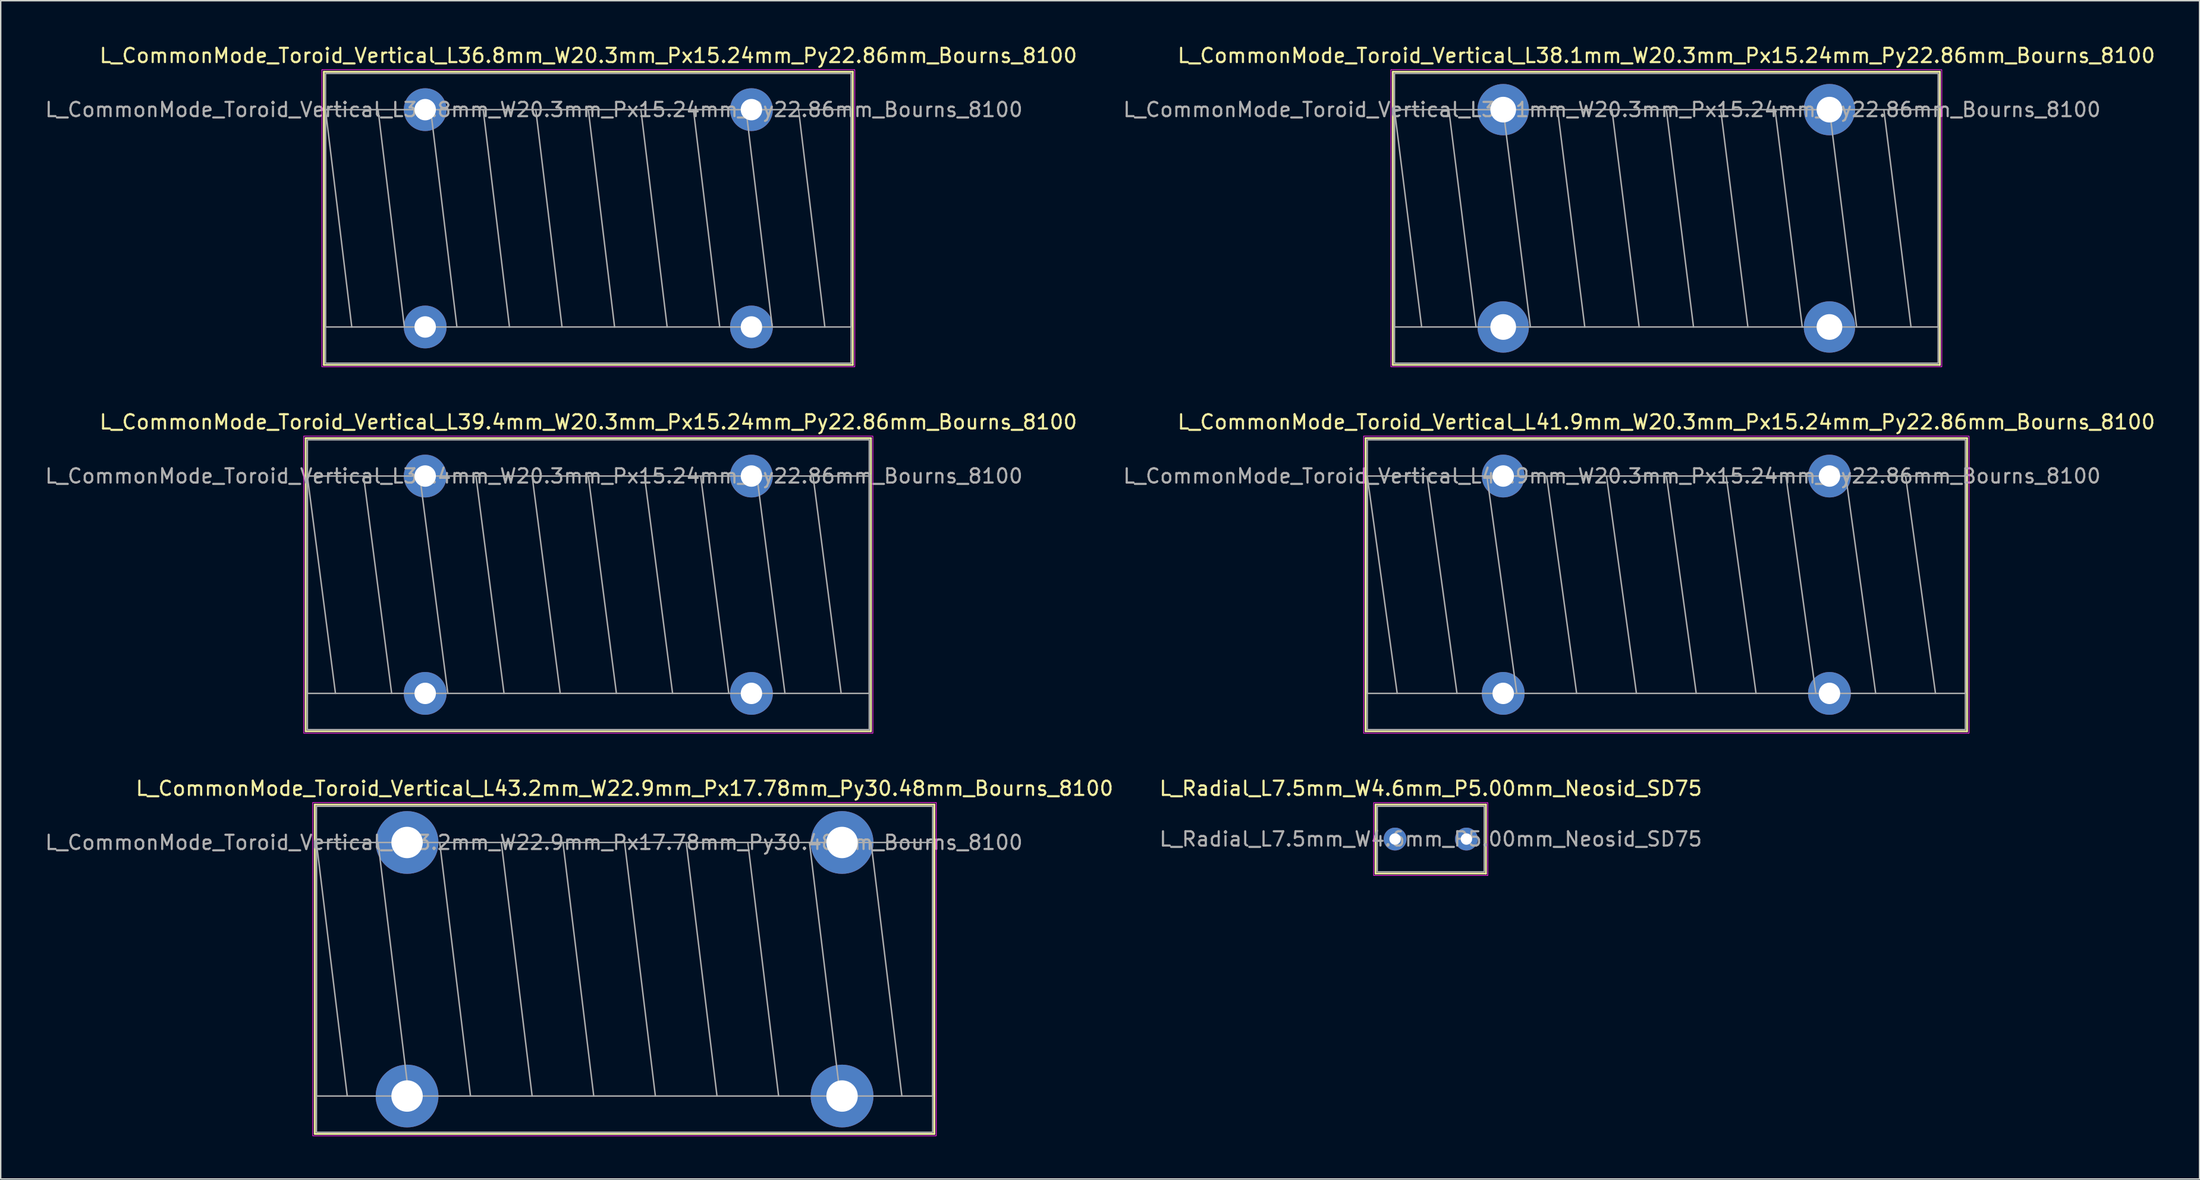
<source format=kicad_pcb>
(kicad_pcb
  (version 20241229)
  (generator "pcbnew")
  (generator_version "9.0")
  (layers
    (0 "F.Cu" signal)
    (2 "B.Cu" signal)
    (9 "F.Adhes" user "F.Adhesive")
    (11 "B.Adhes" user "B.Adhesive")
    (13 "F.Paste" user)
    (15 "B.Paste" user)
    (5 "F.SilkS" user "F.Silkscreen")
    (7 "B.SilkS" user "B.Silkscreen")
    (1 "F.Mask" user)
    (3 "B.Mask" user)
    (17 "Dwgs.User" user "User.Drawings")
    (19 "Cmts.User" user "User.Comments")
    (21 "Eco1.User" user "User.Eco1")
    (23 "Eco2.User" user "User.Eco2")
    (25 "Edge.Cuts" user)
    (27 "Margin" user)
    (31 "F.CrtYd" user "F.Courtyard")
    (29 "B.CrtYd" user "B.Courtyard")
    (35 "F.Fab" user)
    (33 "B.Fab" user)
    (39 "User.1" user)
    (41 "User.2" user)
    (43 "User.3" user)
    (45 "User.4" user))
  (footprint "L_CommonMode_Toroid_Vertical_L36.8mm_W20.3mm_Px15.24mm_Py22.86mm_Bourns_8100"
    (layer "F.Cu")
    (at 26.743 4.638)
    (property "Reference" "L_CommonMode_Toroid_Vertical_L36.8mm_W20.3mm_Px15.24mm_Py22.86mm_Bourns_8100" (at 11.43 -3.79 0) (layer "F.SilkS") (effects (font (size 1 1) (thickness 0.15))))
    (attr through_hole)
    (fp_line (start -7.105 -2.66) (end -7.105 17.9) (stroke (width 0.12) (type solid)) (layer "F.SilkS"))
    (fp_line (start -7.105 -2.66) (end 29.965 -2.66) (stroke (width 0.12) (type solid)) (layer "F.SilkS"))
    (fp_line (start -7.105 17.9) (end 29.965 17.9) (stroke (width 0.12) (type solid)) (layer "F.SilkS"))
    (fp_line (start 29.965 -2.66) (end 29.965 17.9) (stroke (width 0.12) (type solid)) (layer "F.SilkS"))
    (fp_rect (start -7.24 -2.8) (end 30.1 18.03) (stroke (width 0.05) (type solid)) (fill no) (layer "F.CrtYd"))
    (fp_line (start -6.985 0) (end -5.144 15.24) (stroke (width 0.1) (type solid)) (layer "F.Fab"))
    (fp_line (start -3.302 0) (end -1.46 15.24) (stroke (width 0.1) (type solid)) (layer "F.Fab"))
    (fp_line (start 0.381 0) (end 2.223 15.24) (stroke (width 0.1) (type solid)) (layer "F.Fab"))
    (fp_line (start 4.064 0) (end 5.905 15.24) (stroke (width 0.1) (type solid)) (layer "F.Fab"))
    (fp_line (start 7.747 0) (end 9.588 15.24) (stroke (width 0.1) (type solid)) (layer "F.Fab"))
    (fp_line (start 11.43 0) (end 13.271 15.24) (stroke (width 0.1) (type solid)) (layer "F.Fab"))
    (fp_line (start 15.113 0) (end 16.954 15.24) (stroke (width 0.1) (type solid)) (layer "F.Fab"))
    (fp_line (start 18.796 0) (end 20.637 15.24) (stroke (width 0.1) (type solid)) (layer "F.Fab"))
    (fp_line (start 22.479 0) (end 24.32 15.24) (stroke (width 0.1) (type solid)) (layer "F.Fab"))
    (fp_line (start 26.162 0) (end 28.003 15.24) (stroke (width 0.1) (type solid)) (layer "F.Fab"))
    (fp_rect (start -6.985 -2.54) (end 29.845 17.78) (stroke (width 0.1) (type solid)) (fill no) (layer "F.Fab"))
    (fp_rect (start -6.985 0) (end 29.845 15.24) (stroke (width 0.1) (type solid)) (fill no) (layer "F.Fab"))
    (fp_text user "${REFERENCE}" (at 7.62 0 0) (layer "F.Fab") (effects (font (size 1 1) (thickness 0.15))))
    (pad "1" thru_hole circle (at 0 0) (size 3 3) (drill 1.5) (layers "*.Cu" "*.Mask"))
    (pad "2" thru_hole circle (at 0 15.24) (size 3 3) (drill 1.5) (layers "*.Cu" "*.Mask"))
    (pad "3" thru_hole circle (at 22.86 15.24) (size 3 3) (drill 1.5) (layers "*.Cu" "*.Mask"))
    (pad "4" thru_hole circle (at 22.86 0) (size 3 3) (drill 1.5) (layers "*.Cu" "*.Mask")))
  (footprint "L_CommonMode_Toroid_Vertical_L43.2mm_W22.9mm_Px17.78mm_Py30.48mm_Bourns_8100"
    (layer "F.Cu")
    (at 25.473 56.025)
    (property "Reference" "L_CommonMode_Toroid_Vertical_L43.2mm_W22.9mm_Px17.78mm_Py30.48mm_Bourns_8100" (at 15.24 -3.79 0) (layer "F.SilkS") (effects (font (size 1 1) (thickness 0.15))))
    (attr through_hole)
    (fp_line (start -6.47 -2.66) (end -6.47 20.44) (stroke (width 0.12) (type solid)) (layer "F.SilkS"))
    (fp_line (start -6.47 -2.66) (end 36.95 -2.66) (stroke (width 0.12) (type solid)) (layer "F.SilkS"))
    (fp_line (start -6.47 20.44) (end 36.95 20.44) (stroke (width 0.12) (type solid)) (layer "F.SilkS"))
    (fp_line (start 36.95 -2.66) (end 36.95 20.44) (stroke (width 0.12) (type solid)) (layer "F.SilkS"))
    (fp_rect (start -6.61 -2.8) (end 37.08 20.57) (stroke (width 0.05) (type solid)) (fill no) (layer "F.CrtYd"))
    (fp_line (start -6.35 0) (end -4.191 17.78) (stroke (width 0.1) (type solid)) (layer "F.Fab"))
    (fp_line (start -2.032 0) (end 0.127 17.78) (stroke (width 0.1) (type solid)) (layer "F.Fab"))
    (fp_line (start 2.286 0) (end 4.445 17.78) (stroke (width 0.1) (type solid)) (layer "F.Fab"))
    (fp_line (start 6.604 0) (end 8.763 17.78) (stroke (width 0.1) (type solid)) (layer "F.Fab"))
    (fp_line (start 10.922 0) (end 13.081 17.78) (stroke (width 0.1) (type solid)) (layer "F.Fab"))
    (fp_line (start 15.24 0) (end 17.399 17.78) (stroke (width 0.1) (type solid)) (layer "F.Fab"))
    (fp_line (start 19.558 0) (end 21.717 17.78) (stroke (width 0.1) (type solid)) (layer "F.Fab"))
    (fp_line (start 23.876 0) (end 26.035 17.78) (stroke (width 0.1) (type solid)) (layer "F.Fab"))
    (fp_line (start 28.194 0) (end 30.353 17.78) (stroke (width 0.1) (type solid)) (layer "F.Fab"))
    (fp_line (start 32.512 0) (end 34.671 17.78) (stroke (width 0.1) (type solid)) (layer "F.Fab"))
    (fp_rect (start -6.35 -2.54) (end 36.83 20.32) (stroke (width 0.1) (type solid)) (fill no) (layer "F.Fab"))
    (fp_rect (start -6.35 0) (end 36.83 17.78) (stroke (width 0.1) (type solid)) (fill no) (layer "F.Fab"))
    (fp_text user "${REFERENCE}" (at 8.89 0 0) (layer "F.Fab") (effects (font (size 1 1) (thickness 0.15))))
    (pad "1" thru_hole circle (at 0 0) (size 4.4 4.4) (drill 2.2) (layers "*.Cu" "*.Mask"))
    (pad "2" thru_hole circle (at 0 17.78) (size 4.4 4.4) (drill 2.2) (layers "*.Cu" "*.Mask"))
    (pad "3" thru_hole circle (at 30.48 17.78) (size 4.4 4.4) (drill 2.2) (layers "*.Cu" "*.Mask"))
    (pad "4" thru_hole circle (at 30.48 0) (size 4.4 4.4) (drill 2.2) (layers "*.Cu" "*.Mask")))
  (footprint "L_CommonMode_Toroid_Vertical_L39.4mm_W20.3mm_Px15.24mm_Py22.86mm_Bourns_8100"
    (layer "F.Cu")
    (at 26.743 30.331)
    (property "Reference" "L_CommonMode_Toroid_Vertical_L39.4mm_W20.3mm_Px15.24mm_Py22.86mm_Bourns_8100" (at 11.43 -3.79 0) (layer "F.SilkS") (effects (font (size 1 1) (thickness 0.15))))
    (attr through_hole)
    (fp_line (start -8.375 -2.66) (end -8.375 17.9) (stroke (width 0.12) (type solid)) (layer "F.SilkS"))
    (fp_line (start -8.375 -2.66) (end 31.235 -2.66) (stroke (width 0.12) (type solid)) (layer "F.SilkS"))
    (fp_line (start -8.375 17.9) (end 31.235 17.9) (stroke (width 0.12) (type solid)) (layer "F.SilkS"))
    (fp_line (start 31.235 -2.66) (end 31.235 17.9) (stroke (width 0.12) (type solid)) (layer "F.SilkS"))
    (fp_rect (start -8.51 -2.8) (end 31.37 18.03) (stroke (width 0.05) (type solid)) (fill no) (layer "F.CrtYd"))
    (fp_line (start -8.255 0) (end -6.287 15.24) (stroke (width 0.1) (type solid)) (layer "F.Fab"))
    (fp_line (start -4.318 0) (end -2.349 15.24) (stroke (width 0.1) (type solid)) (layer "F.Fab"))
    (fp_line (start -0.381 0) (end 1.587 15.24) (stroke (width 0.1) (type solid)) (layer "F.Fab"))
    (fp_line (start 3.556 0) (end 5.524 15.24) (stroke (width 0.1) (type solid)) (layer "F.Fab"))
    (fp_line (start 7.493 0) (end 9.461 15.24) (stroke (width 0.1) (type solid)) (layer "F.Fab"))
    (fp_line (start 11.43 0) (end 13.399 15.24) (stroke (width 0.1) (type solid)) (layer "F.Fab"))
    (fp_line (start 15.367 0) (end 17.335 15.24) (stroke (width 0.1) (type solid)) (layer "F.Fab"))
    (fp_line (start 19.304 0) (end 21.273 15.24) (stroke (width 0.1) (type solid)) (layer "F.Fab"))
    (fp_line (start 23.241 0) (end 25.209 15.24) (stroke (width 0.1) (type solid)) (layer "F.Fab"))
    (fp_line (start 27.178 0) (end 29.146 15.24) (stroke (width 0.1) (type solid)) (layer "F.Fab"))
    (fp_rect (start -8.255 -2.54) (end 31.115 17.78) (stroke (width 0.1) (type solid)) (fill no) (layer "F.Fab"))
    (fp_rect (start -8.255 0) (end 31.115 15.24) (stroke (width 0.1) (type solid)) (fill no) (layer "F.Fab"))
    (fp_text user "${REFERENCE}" (at 7.62 0 0) (layer "F.Fab") (effects (font (size 1 1) (thickness 0.15))))
    (pad "1" thru_hole circle (at 0 0) (size 3 3) (drill 1.5) (layers "*.Cu" "*.Mask"))
    (pad "2" thru_hole circle (at 0 15.24) (size 3 3) (drill 1.5) (layers "*.Cu" "*.Mask"))
    (pad "3" thru_hole circle (at 22.86 15.24) (size 3 3) (drill 1.5) (layers "*.Cu" "*.Mask"))
    (pad "4" thru_hole circle (at 22.86 0) (size 3 3) (drill 1.5) (layers "*.Cu" "*.Mask")))
  (footprint "L_CommonMode_Toroid_Vertical_L38.1mm_W20.3mm_Px15.24mm_Py22.86mm_Bourns_8100"
    (layer "F.Cu")
    (at 102.279 4.638)
    (property "Reference" "L_CommonMode_Toroid_Vertical_L38.1mm_W20.3mm_Px15.24mm_Py22.86mm_Bourns_8100" (at 11.43 -3.79 0) (layer "F.SilkS") (effects (font (size 1 1) (thickness 0.15))))
    (attr through_hole)
    (fp_line (start -7.74 -2.66) (end -7.74 17.9) (stroke (width 0.12) (type solid)) (layer "F.SilkS"))
    (fp_line (start -7.74 -2.66) (end 30.6 -2.66) (stroke (width 0.12) (type solid)) (layer "F.SilkS"))
    (fp_line (start -7.74 17.9) (end 30.6 17.9) (stroke (width 0.12) (type solid)) (layer "F.SilkS"))
    (fp_line (start 30.6 -2.66) (end 30.6 17.9) (stroke (width 0.12) (type solid)) (layer "F.SilkS"))
    (fp_rect (start -7.87 -2.8) (end 30.73 18.03) (stroke (width 0.05) (type solid)) (fill no) (layer "F.CrtYd"))
    (fp_line (start -7.62 0) (end -5.715 15.24) (stroke (width 0.1) (type solid)) (layer "F.Fab"))
    (fp_line (start -3.81 0) (end -1.905 15.24) (stroke (width 0.1) (type solid)) (layer "F.Fab"))
    (fp_line (start 0 0) (end 1.905 15.24) (stroke (width 0.1) (type solid)) (layer "F.Fab"))
    (fp_line (start 3.81 0) (end 5.715 15.24) (stroke (width 0.1) (type solid)) (layer "F.Fab"))
    (fp_line (start 7.62 0) (end 9.525 15.24) (stroke (width 0.1) (type solid)) (layer "F.Fab"))
    (fp_line (start 11.43 0) (end 13.335 15.24) (stroke (width 0.1) (type solid)) (layer "F.Fab"))
    (fp_line (start 15.24 0) (end 17.145 15.24) (stroke (width 0.1) (type solid)) (layer "F.Fab"))
    (fp_line (start 19.05 0) (end 20.955 15.24) (stroke (width 0.1) (type solid)) (layer "F.Fab"))
    (fp_line (start 22.86 0) (end 24.765 15.24) (stroke (width 0.1) (type solid)) (layer "F.Fab"))
    (fp_line (start 26.67 0) (end 28.575 15.24) (stroke (width 0.1) (type solid)) (layer "F.Fab"))
    (fp_rect (start -7.62 -2.54) (end 30.48 17.78) (stroke (width 0.1) (type solid)) (fill no) (layer "F.Fab"))
    (fp_rect (start -7.62 0) (end 30.48 15.24) (stroke (width 0.1) (type solid)) (fill no) (layer "F.Fab"))
    (fp_text user "${REFERENCE}" (at 7.62 0 0) (layer "F.Fab") (effects (font (size 1 1) (thickness 0.15))))
    (pad "1" thru_hole circle (at 0 0) (size 3.6 3.6) (drill 1.8) (layers "*.Cu" "*.Mask"))
    (pad "2" thru_hole circle (at 0 15.24) (size 3.6 3.6) (drill 1.8) (layers "*.Cu" "*.Mask"))
    (pad "3" thru_hole circle (at 22.86 15.24) (size 3.6 3.6) (drill 1.8) (layers "*.Cu" "*.Mask"))
    (pad "4" thru_hole circle (at 22.86 0) (size 3.6 3.6) (drill 1.8) (layers "*.Cu" "*.Mask")))
  (footprint "L_Radial_L7.5mm_W4.6mm_P5.00mm_Neosid_SD75"
    (layer "F.Cu")
    (at 94.701 55.785)
    (property "Reference" "L_Radial_L7.5mm_W4.6mm_P5.00mm_Neosid_SD75" (at 2.5 -3.55 0) (layer "F.SilkS") (effects (font (size 1 1) (thickness 0.15))))
    (attr through_hole)
    (fp_line (start -1.37 -2.42) (end -1.37 2.42) (stroke (width 0.12) (type solid)) (layer "F.SilkS"))
    (fp_line (start -1.37 -2.42) (end 6.37 -2.42) (stroke (width 0.12) (type solid)) (layer "F.SilkS"))
    (fp_line (start -1.37 2.42) (end 6.37 2.42) (stroke (width 0.12) (type solid)) (layer "F.SilkS"))
    (fp_line (start 6.37 -2.42) (end 6.37 2.42) (stroke (width 0.12) (type solid)) (layer "F.SilkS"))
    (fp_rect (start -1.5 -2.55) (end 6.5 2.55) (stroke (width 0.05) (type solid)) (fill no) (layer "F.CrtYd"))
    (fp_rect (start -1.25 -2.3) (end 6.25 2.3) (stroke (width 0.1) (type solid)) (fill no) (layer "F.Fab"))
    (fp_text user "${REFERENCE}" (at 2.5 0 0) (layer "F.Fab") (effects (font (size 1 1) (thickness 0.15))))
    (pad "1" thru_hole circle (at 0 0) (size 1.6 1.6) (drill 0.8) (layers "*.Cu" "*.Mask"))
    (pad "2" thru_hole circle (at 5 0) (size 1.6 1.6) (drill 0.8) (layers "*.Cu" "*.Mask")))
  (footprint "L_CommonMode_Toroid_Vertical_L41.9mm_W20.3mm_Px15.24mm_Py22.86mm_Bourns_8100"
    (layer "F.Cu")
    (at 102.279 30.331)
    (property "Reference" "L_CommonMode_Toroid_Vertical_L41.9mm_W20.3mm_Px15.24mm_Py22.86mm_Bourns_8100" (at 11.43 -3.79 0) (layer "F.SilkS") (effects (font (size 1 1) (thickness 0.15))))
    (attr through_hole)
    (fp_line (start -9.645 -2.66) (end -9.645 17.9) (stroke (width 0.12) (type solid)) (layer "F.SilkS"))
    (fp_line (start -9.645 -2.66) (end 32.505 -2.66) (stroke (width 0.12) (type solid)) (layer "F.SilkS"))
    (fp_line (start -9.645 17.9) (end 32.505 17.9) (stroke (width 0.12) (type solid)) (layer "F.SilkS"))
    (fp_line (start 32.505 -2.66) (end 32.505 17.9) (stroke (width 0.12) (type solid)) (layer "F.SilkS"))
    (fp_rect (start -9.78 -2.8) (end 32.64 18.03) (stroke (width 0.05) (type solid)) (fill no) (layer "F.CrtYd"))
    (fp_line (start -9.525 0) (end -7.429 15.24) (stroke (width 0.1) (type solid)) (layer "F.Fab"))
    (fp_line (start -5.334 0) (end -3.239 15.24) (stroke (width 0.1) (type solid)) (layer "F.Fab"))
    (fp_line (start -1.143 0) (end 0.953 15.24) (stroke (width 0.1) (type solid)) (layer "F.Fab"))
    (fp_line (start 3.048 0) (end 5.144 15.24) (stroke (width 0.1) (type solid)) (layer "F.Fab"))
    (fp_line (start 7.239 0) (end 9.335 15.24) (stroke (width 0.1) (type solid)) (layer "F.Fab"))
    (fp_line (start 11.43 0) (end 13.525 15.24) (stroke (width 0.1) (type solid)) (layer "F.Fab"))
    (fp_line (start 15.621 0) (end 17.716 15.24) (stroke (width 0.1) (type solid)) (layer "F.Fab"))
    (fp_line (start 19.812 0) (end 21.907 15.24) (stroke (width 0.1) (type solid)) (layer "F.Fab"))
    (fp_line (start 24.003 0) (end 26.099 15.24) (stroke (width 0.1) (type solid)) (layer "F.Fab"))
    (fp_line (start 28.194 0) (end 30.29 15.24) (stroke (width 0.1) (type solid)) (layer "F.Fab"))
    (fp_rect (start -9.525 -2.54) (end 32.385 17.78) (stroke (width 0.1) (type solid)) (fill no) (layer "F.Fab"))
    (fp_rect (start -9.525 0) (end 32.385 15.24) (stroke (width 0.1) (type solid)) (fill no) (layer "F.Fab"))
    (fp_text user "${REFERENCE}" (at 7.62 0 0) (layer "F.Fab") (effects (font (size 1 1) (thickness 0.15))))
    (pad "1" thru_hole circle (at 0 0) (size 3 3) (drill 1.5) (layers "*.Cu" "*.Mask"))
    (pad "2" thru_hole circle (at 0 15.24) (size 3 3) (drill 1.5) (layers "*.Cu" "*.Mask"))
    (pad "3" thru_hole circle (at 22.86 15.24) (size 3 3) (drill 1.5) (layers "*.Cu" "*.Mask"))
    (pad "4" thru_hole circle (at 22.86 0) (size 3 3) (drill 1.5) (layers "*.Cu" "*.Mask")))
  (gr_rect
    (start -3 -3)
    (end 151.072 79.62)
    (stroke (width 0.1) (type default))
    (fill no)
    (layer "Edge.Cuts")))
</source>
